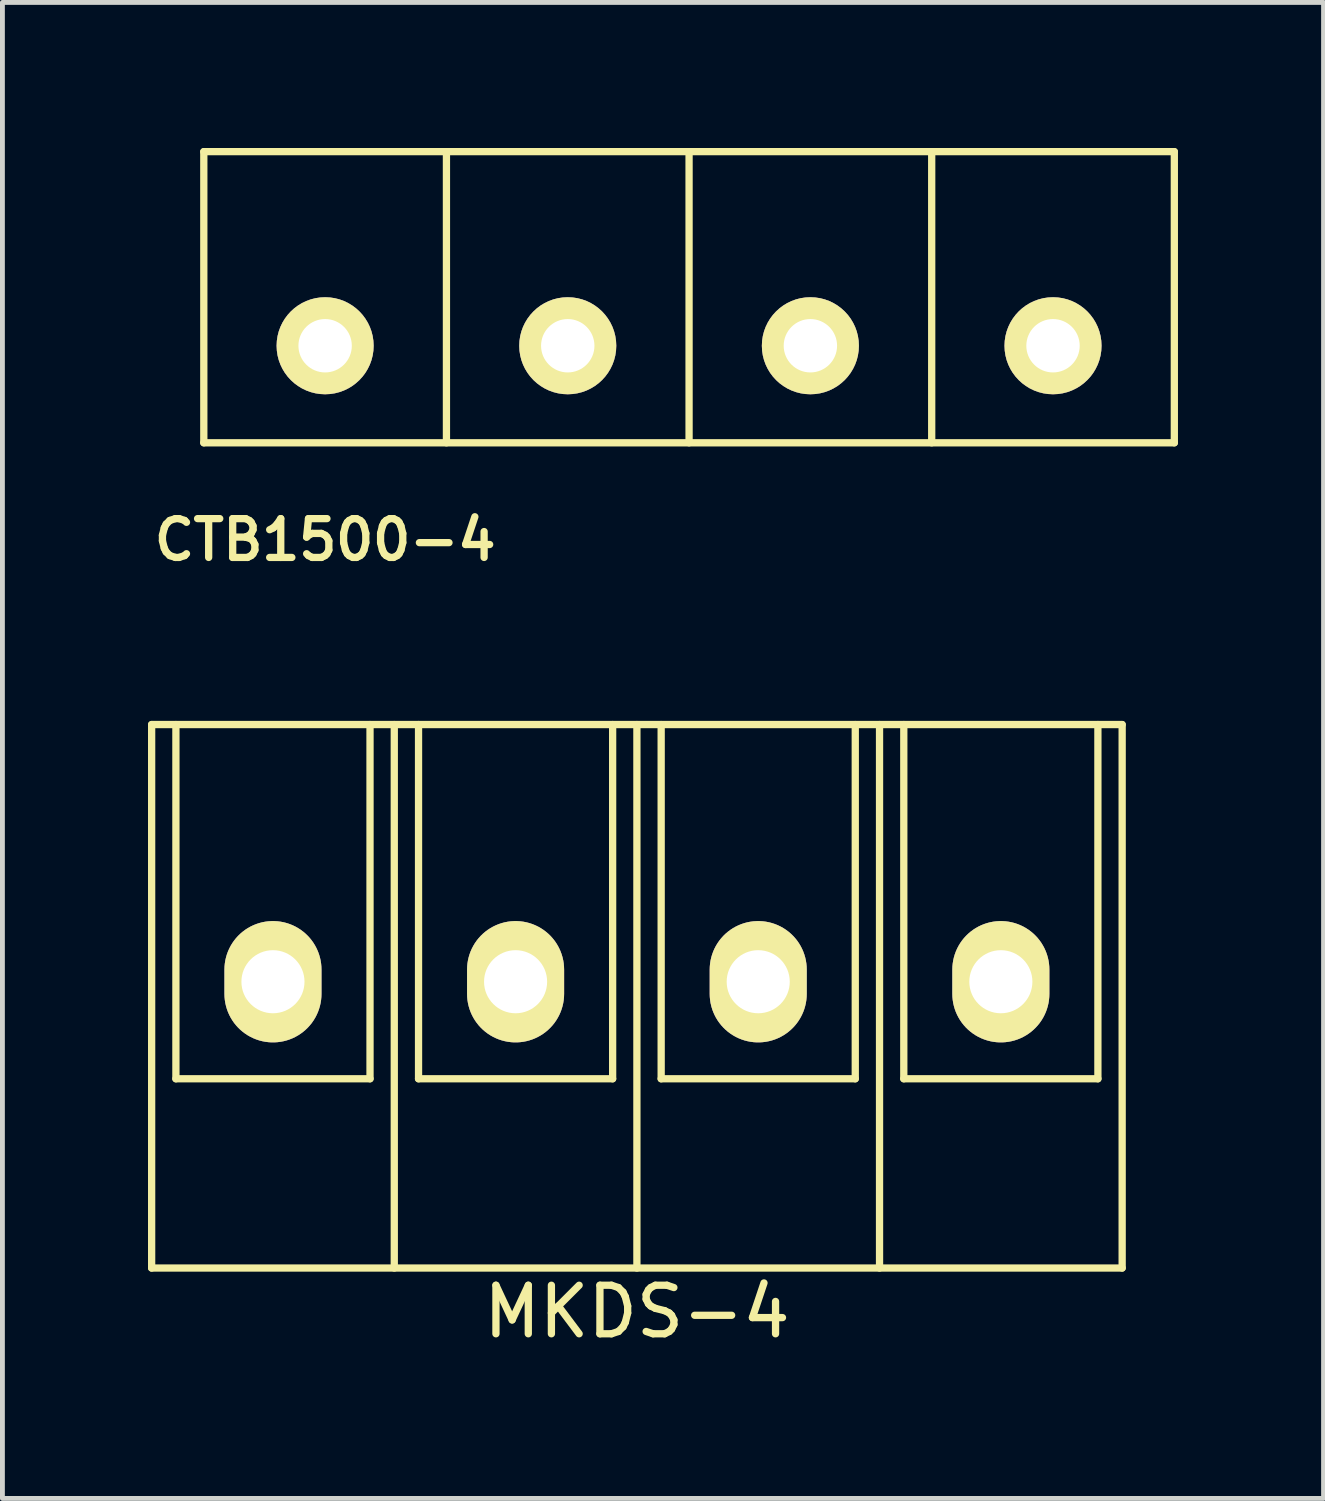
<source format=kicad_pcb>
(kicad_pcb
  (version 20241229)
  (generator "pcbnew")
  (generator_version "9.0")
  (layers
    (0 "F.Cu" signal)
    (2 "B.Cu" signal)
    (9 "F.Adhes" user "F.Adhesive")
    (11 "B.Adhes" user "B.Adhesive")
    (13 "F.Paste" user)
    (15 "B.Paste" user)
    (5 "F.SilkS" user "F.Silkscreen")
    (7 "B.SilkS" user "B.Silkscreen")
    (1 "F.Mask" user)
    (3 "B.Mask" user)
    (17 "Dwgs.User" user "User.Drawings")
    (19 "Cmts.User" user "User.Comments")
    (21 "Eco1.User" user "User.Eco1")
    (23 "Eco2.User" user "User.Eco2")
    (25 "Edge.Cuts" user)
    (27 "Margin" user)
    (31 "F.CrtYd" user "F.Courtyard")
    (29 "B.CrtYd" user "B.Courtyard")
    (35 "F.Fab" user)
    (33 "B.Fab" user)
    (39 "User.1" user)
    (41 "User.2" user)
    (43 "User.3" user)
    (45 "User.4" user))
  (footprint "CTB1500-4"
    (layer "F.Cu")
    (at 3.65 4.075)
    (property "Reference" "CTB1500-4" (at 0 4 0) (layer "F.SilkS") (effects (font (size 0.8 0.8) (thickness 0.15))))
    (attr through_hole)
    (fp_line (start -2.5 -4) (end -2.5 2) (stroke (width 0.15) (type solid)) (layer "F.SilkS"))
    (fp_line (start -2.5 2) (end 17.5 2) (stroke (width 0.15) (type solid)) (layer "F.SilkS"))
    (fp_line (start 2.5 -4) (end 2.5 2) (stroke (width 0.15) (type solid)) (layer "F.SilkS"))
    (fp_line (start 7.5 -4) (end 7.5 2) (stroke (width 0.15) (type solid)) (layer "F.SilkS"))
    (fp_line (start 12.5 -4) (end 12.5 2) (stroke (width 0.15) (type solid)) (layer "F.SilkS"))
    (fp_line (start 17.5 -4) (end -2.5 -4) (stroke (width 0.15) (type solid)) (layer "F.SilkS"))
    (fp_line (start 17.5 2) (end 17.5 -4) (stroke (width 0.15) (type solid)) (layer "F.SilkS"))
    (pad "1" thru_hole circle (at 0 0) (size 2 2) (drill 1.1) (layers "*.Cu" "*.Mask" "F.SilkS"))
    (pad "2" thru_hole circle (at 5 0) (size 2 2) (drill 1.1) (layers "*.Cu" "*.Mask" "F.SilkS"))
    (pad "3" thru_hole circle (at 10 0) (size 2 2) (drill 1.1) (layers "*.Cu" "*.Mask" "F.SilkS"))
    (pad "4" thru_hole circle (at 15 0) (size 2 2) (drill 1.1) (layers "*.Cu" "*.Mask" "F.SilkS")))
  (footprint "MKDS-4"
    (layer "F.Cu")
    (at 2.575 17.181)
    (property "Reference" "MKDS-4" (at 7.5 6.8 0) (layer "F.SilkS") (effects (font (size 1 1) (thickness 0.15))))
    (attr through_hole)
    (fp_line (start -2.5 -5.3) (end 17.5 -5.3) (stroke (width 0.15) (type solid)) (layer "F.SilkS"))
    (fp_line (start -2.5 5.9) (end -2.5 -5.3) (stroke (width 0.15) (type solid)) (layer "F.SilkS"))
    (fp_line (start -2 -5.3) (end -2 2) (stroke (width 0.15) (type solid)) (layer "F.SilkS"))
    (fp_line (start -2 2) (end 2 2) (stroke (width 0.15) (type solid)) (layer "F.SilkS"))
    (fp_line (start 2 2) (end 2 -5.3) (stroke (width 0.15) (type solid)) (layer "F.SilkS"))
    (fp_line (start 2.5 -5.3) (end 2.5 5.9) (stroke (width 0.15) (type solid)) (layer "F.SilkS"))
    (fp_line (start 3 -5.3) (end 3 2) (stroke (width 0.15) (type solid)) (layer "F.SilkS"))
    (fp_line (start 3 2) (end 7 2) (stroke (width 0.15) (type solid)) (layer "F.SilkS"))
    (fp_line (start 7 2) (end 7 -5.3) (stroke (width 0.15) (type solid)) (layer "F.SilkS"))
    (fp_line (start 7.5 -5.3) (end 7.5 5.9) (stroke (width 0.15) (type solid)) (layer "F.SilkS"))
    (fp_line (start 8 -5.3) (end 8 2) (stroke (width 0.15) (type solid)) (layer "F.SilkS"))
    (fp_line (start 8 2) (end 12 2) (stroke (width 0.15) (type solid)) (layer "F.SilkS"))
    (fp_line (start 12 2) (end 12 -5.3) (stroke (width 0.15) (type solid)) (layer "F.SilkS"))
    (fp_line (start 12.5 -5.3) (end 12.5 5.9) (stroke (width 0.15) (type solid)) (layer "F.SilkS"))
    (fp_line (start 13 -5.3) (end 13 2) (stroke (width 0.15) (type solid)) (layer "F.SilkS"))
    (fp_line (start 13 2) (end 17 2) (stroke (width 0.15) (type solid)) (layer "F.SilkS"))
    (fp_line (start 17 2) (end 17 -5.3) (stroke (width 0.15) (type solid)) (layer "F.SilkS"))
    (fp_line (start 17.5 -5.3) (end 17.5 5.9) (stroke (width 0.15) (type solid)) (layer "F.SilkS"))
    (fp_line (start 17.5 5.9) (end -2.5 5.9) (stroke (width 0.15) (type solid)) (layer "F.SilkS"))
    (pad "1" thru_hole oval (at 0 0) (size 2 2.5) (drill 1.3) (layers "*.Cu" "*.Mask" "F.SilkS"))
    (pad "2" thru_hole oval (at 5 0) (size 2 2.5) (drill 1.3) (layers "*.Cu" "*.Mask" "F.SilkS"))
    (pad "3" thru_hole oval (at 10 0) (size 2 2.5) (drill 1.3) (layers "*.Cu" "*.Mask" "F.SilkS"))
    (pad "4" thru_hole oval (at 15 0) (size 2 2.5) (drill 1.3) (layers "*.Cu" "*.Mask" "F.SilkS")))
  (gr_rect
    (start -3 -3)
    (end 24.225 27.829)
    (stroke (width 0.1) (type default))
    (fill no)
    (layer "Edge.Cuts")))
</source>
